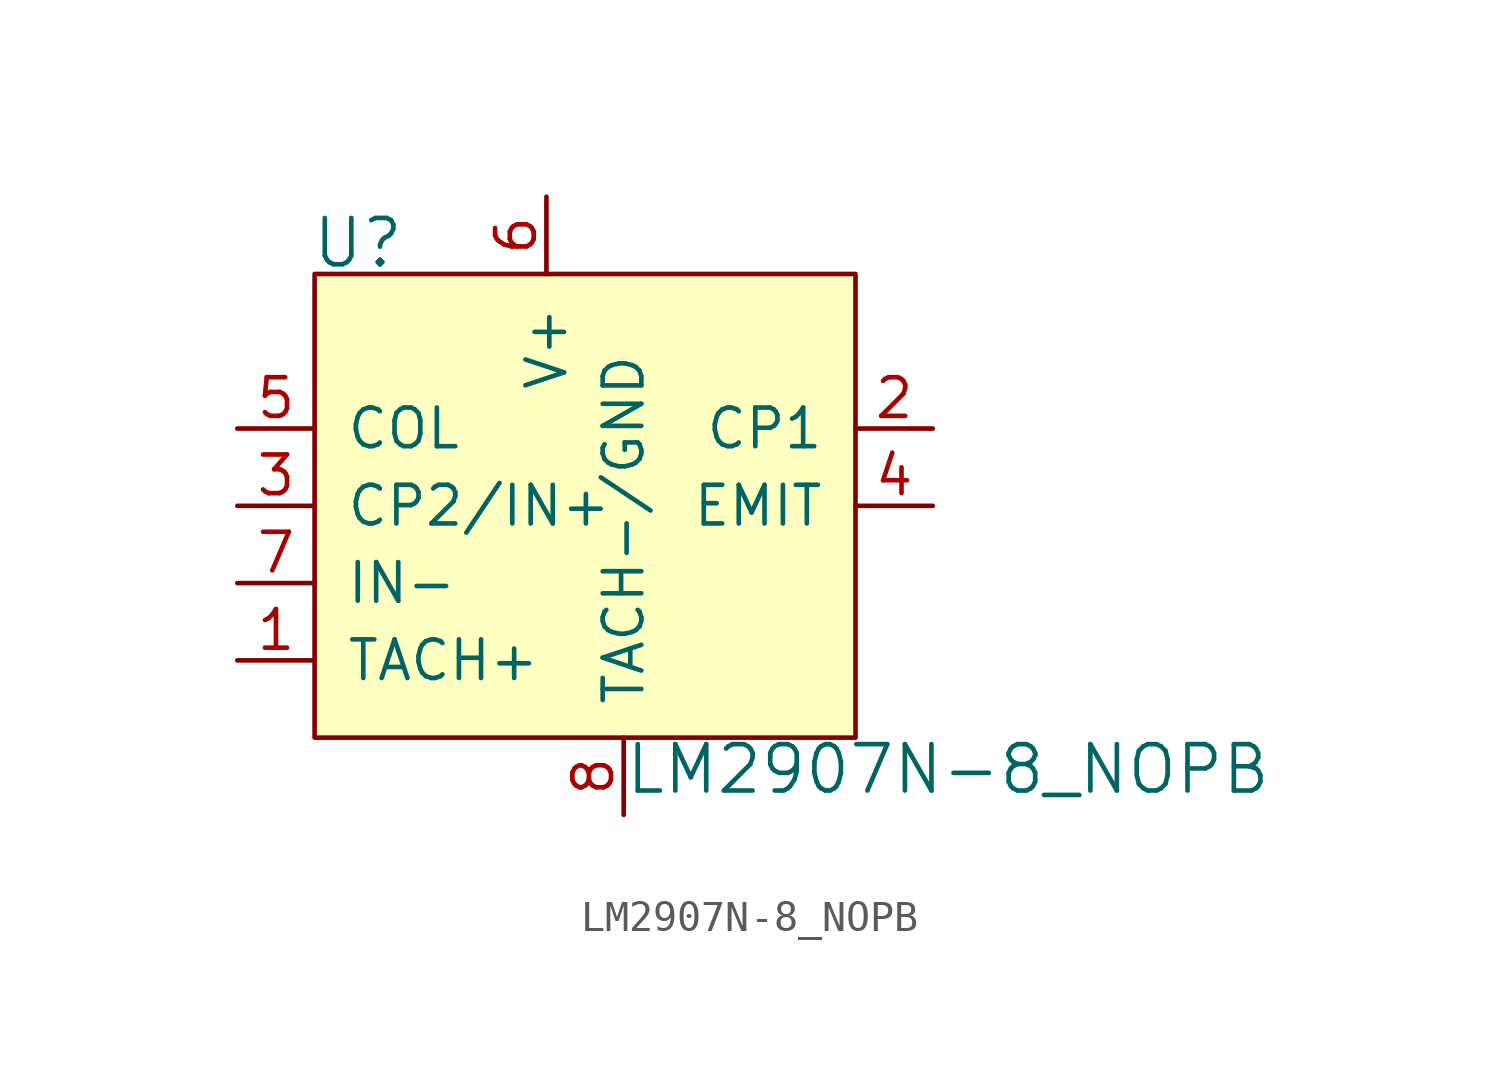
<source format=kicad_sym>
(kicad_symbol_lib
  (version 20231120)
  (generator "kicad_symbol_editor")
  (generator_version "8.0")
  (symbol "LM2907N-8_NOPB"
    (pin_names
      (offset 1.016))
    (property "Reference" "U"
      (at -10.287 1.016 0)
      (effects (font (size 1.524 1.524)) (justify left)))
    (property "Value" "LM2907N-8_NOPB"
      (at 0 -16.281 0)
      (effects (font (size 1.524 1.524)) (justify left)))
    (symbol "LM2907N-8_NOPB_0_1"
      (rectangle (start 7.62 0) (end -10.16 -15.24) (stroke (width 0) (type solid)) (fill (type background))))
    (symbol "LM2907N-8_NOPB_1_1"
      (pin input line (at -12.7 -12.7 0) (length 2.54) (name "TACH+" (effects (font (size 1.27 1.27)))) (number "1" (effects (font (size 1.27 1.27)))))
      (pin output line (at 10.16 -5.08 180) (length 2.54) (name "CP1" (effects (font (size 1.27 1.27)))) (number "2" (effects (font (size 1.27 1.27)))))
      (pin bidirectional line (at -12.7 -7.62 0) (length 2.54) (name "CP2/IN+" (effects (font (size 1.27 1.27)))) (number "3" (effects (font (size 1.27 1.27)))))
      (pin output line (at 10.16 -7.62 180) (length 2.54) (name "EMIT" (effects (font (size 1.27 1.27)))) (number "4" (effects (font (size 1.27 1.27)))))
      (pin input line (at -12.7 -5.08 0) (length 2.54) (name "COL" (effects (font (size 1.27 1.27)))) (number "5" (effects (font (size 1.27 1.27)))))
      (pin power_in line (at -2.54 2.54 270) (length 2.54) (name "V+" (effects (font (size 1.27 1.27)))) (number "6" (effects (font (size 1.27 1.27)))))
      (pin input line (at -12.7 -10.16 0) (length 2.54) (name "IN-" (effects (font (size 1.27 1.27)))) (number "7" (effects (font (size 1.27 1.27)))))
      (pin input line (at 0 -17.78 90) (length 2.54) (name "TACH-/GND" (effects (font (size 1.27 1.27)))) (number "8" (effects (font (size 1.27 1.27))))))))
</source>
